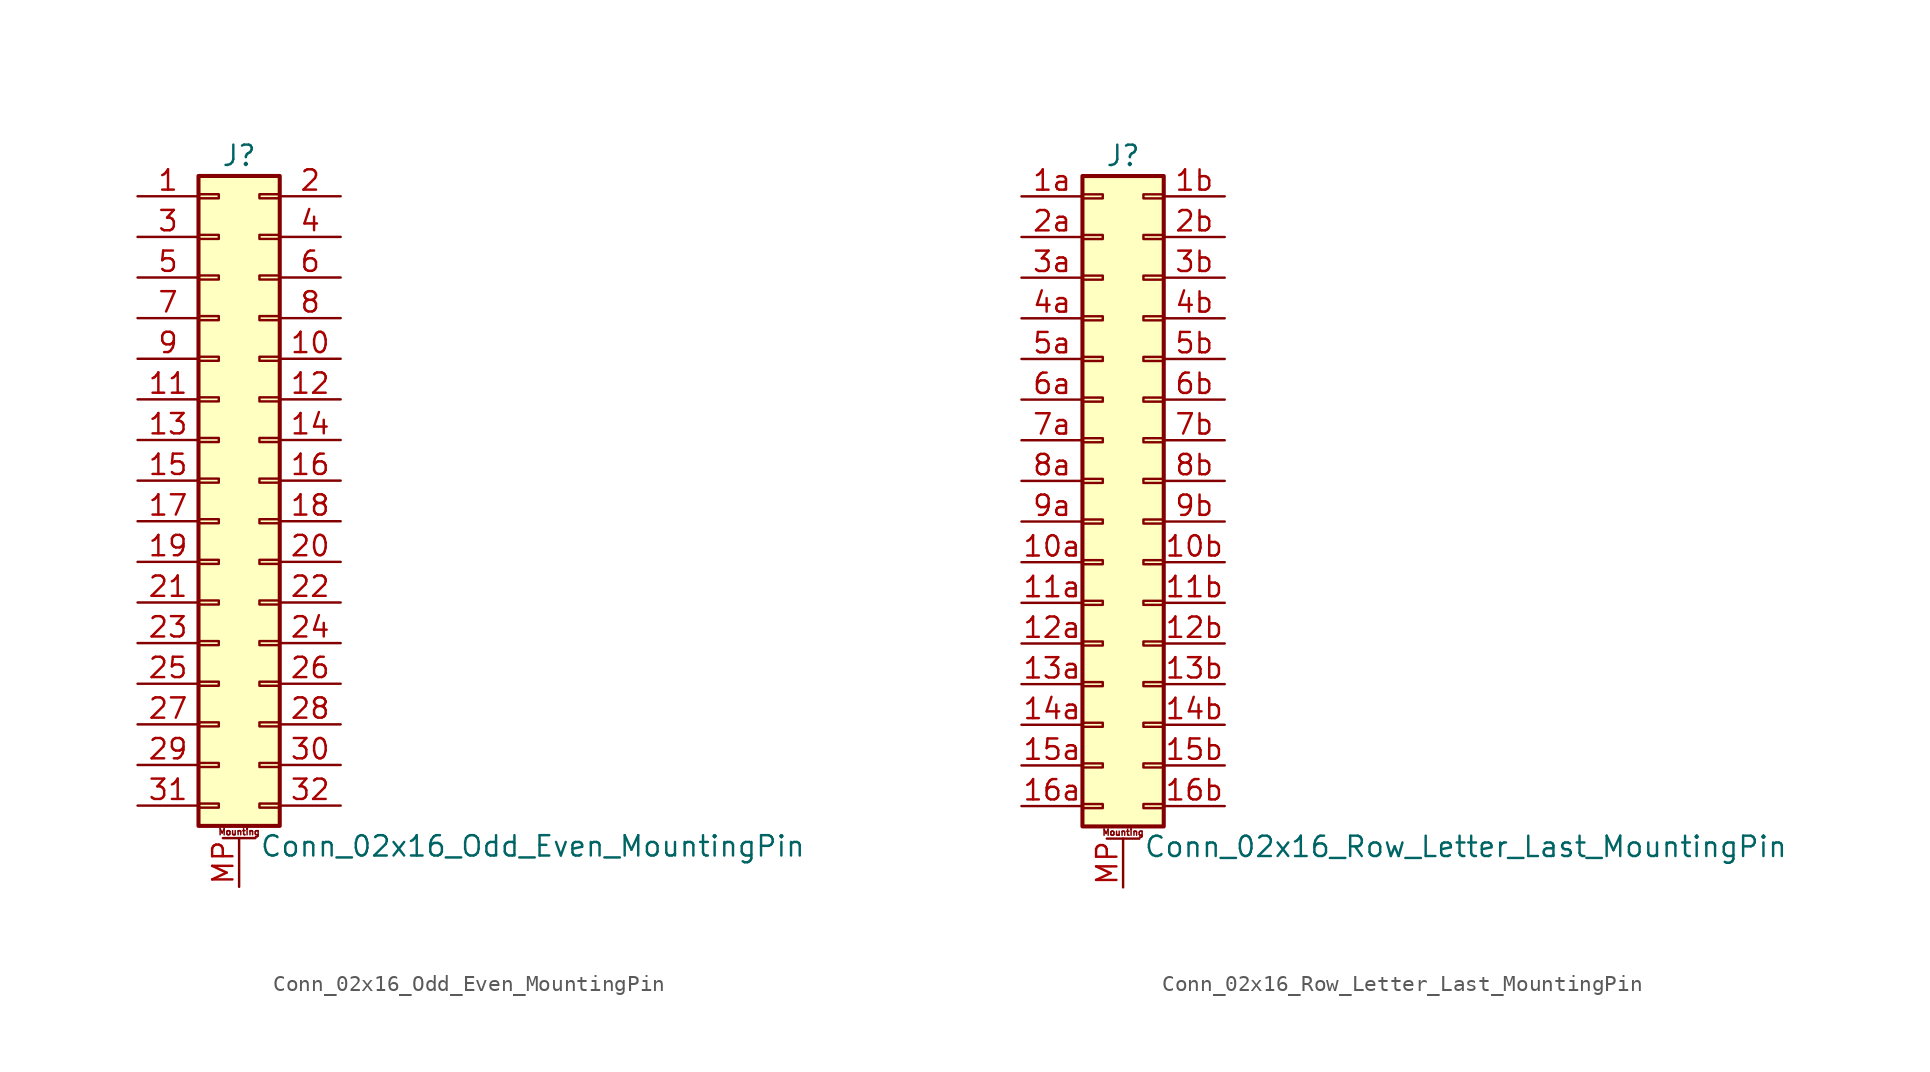
<source format=kicad_sym>
(kicad_symbol_lib
  (version 20220914)
  (generator kicad_symbol_editor)
  (symbol "Conn_02x16_Odd_Even_MountingPin"
    (pin_names
      (offset 1.016) hide)
    (property "Reference" "J"
      (at 1.27 20.32 0)
      (effects (font (size 1.27 1.27))))
    (property "Value" "Conn_02x16_Odd_Even_MountingPin"
      (at 2.54 -22.86 0)
      (effects (font (size 1.27 1.27)) (justify left)))
    (symbol "Conn_02x16_Odd_Even_MountingPin_1_1"
      (rectangle (start -1.27 -20.193) (end 0 -20.447) (stroke (width 0.152) (type default)) (fill (type none)))
      (rectangle (start -1.27 -17.653) (end 0 -17.907) (stroke (width 0.152) (type default)) (fill (type none)))
      (rectangle (start -1.27 -15.113) (end 0 -15.367) (stroke (width 0.152) (type default)) (fill (type none)))
      (rectangle (start -1.27 -12.573) (end 0 -12.827) (stroke (width 0.152) (type default)) (fill (type none)))
      (rectangle (start -1.27 -10.033) (end 0 -10.287) (stroke (width 0.152) (type default)) (fill (type none)))
      (rectangle (start -1.27 -7.493) (end 0 -7.747) (stroke (width 0.152) (type default)) (fill (type none)))
      (rectangle (start -1.27 -4.953) (end 0 -5.207) (stroke (width 0.152) (type default)) (fill (type none)))
      (rectangle (start -1.27 -2.413) (end 0 -2.667) (stroke (width 0.152) (type default)) (fill (type none)))
      (rectangle (start -1.27 0.127) (end 0 -0.127) (stroke (width 0.152) (type default)) (fill (type none)))
      (rectangle (start -1.27 2.667) (end 0 2.413) (stroke (width 0.152) (type default)) (fill (type none)))
      (rectangle (start -1.27 5.207) (end 0 4.953) (stroke (width 0.152) (type default)) (fill (type none)))
      (rectangle (start -1.27 7.747) (end 0 7.493) (stroke (width 0.152) (type default)) (fill (type none)))
      (rectangle (start -1.27 10.287) (end 0 10.033) (stroke (width 0.152) (type default)) (fill (type none)))
      (rectangle (start -1.27 12.827) (end 0 12.573) (stroke (width 0.152) (type default)) (fill (type none)))
      (rectangle (start -1.27 15.367) (end 0 15.113) (stroke (width 0.152) (type default)) (fill (type none)))
      (rectangle (start -1.27 17.907) (end 0 17.653) (stroke (width 0.152) (type default)) (fill (type none)))
      (rectangle (start -1.27 19.05) (end 3.81 -21.59) (stroke (width 0.254) (type default)) (fill (type background)))
      (polyline (pts (xy 0.254 -22.352) (xy 2.286 -22.352)) (stroke (width 0.152) (type default)) (fill (type none)))
      (rectangle (start 3.81 -20.193) (end 2.54 -20.447) (stroke (width 0.152) (type default)) (fill (type none)))
      (rectangle (start 3.81 -17.653) (end 2.54 -17.907) (stroke (width 0.152) (type default)) (fill (type none)))
      (rectangle (start 3.81 -15.113) (end 2.54 -15.367) (stroke (width 0.152) (type default)) (fill (type none)))
      (rectangle (start 3.81 -12.573) (end 2.54 -12.827) (stroke (width 0.152) (type default)) (fill (type none)))
      (rectangle (start 3.81 -10.033) (end 2.54 -10.287) (stroke (width 0.152) (type default)) (fill (type none)))
      (rectangle (start 3.81 -7.493) (end 2.54 -7.747) (stroke (width 0.152) (type default)) (fill (type none)))
      (rectangle (start 3.81 -4.953) (end 2.54 -5.207) (stroke (width 0.152) (type default)) (fill (type none)))
      (rectangle (start 3.81 -2.413) (end 2.54 -2.667) (stroke (width 0.152) (type default)) (fill (type none)))
      (rectangle (start 3.81 0.127) (end 2.54 -0.127) (stroke (width 0.152) (type default)) (fill (type none)))
      (rectangle (start 3.81 2.667) (end 2.54 2.413) (stroke (width 0.152) (type default)) (fill (type none)))
      (rectangle (start 3.81 5.207) (end 2.54 4.953) (stroke (width 0.152) (type default)) (fill (type none)))
      (rectangle (start 3.81 7.747) (end 2.54 7.493) (stroke (width 0.152) (type default)) (fill (type none)))
      (rectangle (start 3.81 10.287) (end 2.54 10.033) (stroke (width 0.152) (type default)) (fill (type none)))
      (rectangle (start 3.81 12.827) (end 2.54 12.573) (stroke (width 0.152) (type default)) (fill (type none)))
      (rectangle (start 3.81 15.367) (end 2.54 15.113) (stroke (width 0.152) (type default)) (fill (type none)))
      (rectangle (start 3.81 17.907) (end 2.54 17.653) (stroke (width 0.152) (type default)) (fill (type none)))
      (text "Mounting" (at 1.27 -21.971 0) (effects (font (size 0.381 0.381))))
      (pin passive line (at -5.08 17.78 0) (length 3.81) (name "Pin_1" (effects (font (size 1.27 1.27)))) (number "1" (effects (font (size 1.27 1.27)))))
      (pin passive line (at 7.62 7.62 180) (length 3.81) (name "Pin_10" (effects (font (size 1.27 1.27)))) (number "10" (effects (font (size 1.27 1.27)))))
      (pin passive line (at -5.08 5.08 0) (length 3.81) (name "Pin_11" (effects (font (size 1.27 1.27)))) (number "11" (effects (font (size 1.27 1.27)))))
      (pin passive line (at 7.62 5.08 180) (length 3.81) (name "Pin_12" (effects (font (size 1.27 1.27)))) (number "12" (effects (font (size 1.27 1.27)))))
      (pin passive line (at -5.08 2.54 0) (length 3.81) (name "Pin_13" (effects (font (size 1.27 1.27)))) (number "13" (effects (font (size 1.27 1.27)))))
      (pin passive line (at 7.62 2.54 180) (length 3.81) (name "Pin_14" (effects (font (size 1.27 1.27)))) (number "14" (effects (font (size 1.27 1.27)))))
      (pin passive line (at -5.08 0 0) (length 3.81) (name "Pin_15" (effects (font (size 1.27 1.27)))) (number "15" (effects (font (size 1.27 1.27)))))
      (pin passive line (at 7.62 0 180) (length 3.81) (name "Pin_16" (effects (font (size 1.27 1.27)))) (number "16" (effects (font (size 1.27 1.27)))))
      (pin passive line (at -5.08 -2.54 0) (length 3.81) (name "Pin_17" (effects (font (size 1.27 1.27)))) (number "17" (effects (font (size 1.27 1.27)))))
      (pin passive line (at 7.62 -2.54 180) (length 3.81) (name "Pin_18" (effects (font (size 1.27 1.27)))) (number "18" (effects (font (size 1.27 1.27)))))
      (pin passive line (at -5.08 -5.08 0) (length 3.81) (name "Pin_19" (effects (font (size 1.27 1.27)))) (number "19" (effects (font (size 1.27 1.27)))))
      (pin passive line (at 7.62 17.78 180) (length 3.81) (name "Pin_2" (effects (font (size 1.27 1.27)))) (number "2" (effects (font (size 1.27 1.27)))))
      (pin passive line (at 7.62 -5.08 180) (length 3.81) (name "Pin_20" (effects (font (size 1.27 1.27)))) (number "20" (effects (font (size 1.27 1.27)))))
      (pin passive line (at -5.08 -7.62 0) (length 3.81) (name "Pin_21" (effects (font (size 1.27 1.27)))) (number "21" (effects (font (size 1.27 1.27)))))
      (pin passive line (at 7.62 -7.62 180) (length 3.81) (name "Pin_22" (effects (font (size 1.27 1.27)))) (number "22" (effects (font (size 1.27 1.27)))))
      (pin passive line (at -5.08 -10.16 0) (length 3.81) (name "Pin_23" (effects (font (size 1.27 1.27)))) (number "23" (effects (font (size 1.27 1.27)))))
      (pin passive line (at 7.62 -10.16 180) (length 3.81) (name "Pin_24" (effects (font (size 1.27 1.27)))) (number "24" (effects (font (size 1.27 1.27)))))
      (pin passive line (at -5.08 -12.7 0) (length 3.81) (name "Pin_25" (effects (font (size 1.27 1.27)))) (number "25" (effects (font (size 1.27 1.27)))))
      (pin passive line (at 7.62 -12.7 180) (length 3.81) (name "Pin_26" (effects (font (size 1.27 1.27)))) (number "26" (effects (font (size 1.27 1.27)))))
      (pin passive line (at -5.08 -15.24 0) (length 3.81) (name "Pin_27" (effects (font (size 1.27 1.27)))) (number "27" (effects (font (size 1.27 1.27)))))
      (pin passive line (at 7.62 -15.24 180) (length 3.81) (name "Pin_28" (effects (font (size 1.27 1.27)))) (number "28" (effects (font (size 1.27 1.27)))))
      (pin passive line (at -5.08 -17.78 0) (length 3.81) (name "Pin_29" (effects (font (size 1.27 1.27)))) (number "29" (effects (font (size 1.27 1.27)))))
      (pin passive line (at -5.08 15.24 0) (length 3.81) (name "Pin_3" (effects (font (size 1.27 1.27)))) (number "3" (effects (font (size 1.27 1.27)))))
      (pin passive line (at 7.62 -17.78 180) (length 3.81) (name "Pin_30" (effects (font (size 1.27 1.27)))) (number "30" (effects (font (size 1.27 1.27)))))
      (pin passive line (at -5.08 -20.32 0) (length 3.81) (name "Pin_31" (effects (font (size 1.27 1.27)))) (number "31" (effects (font (size 1.27 1.27)))))
      (pin passive line (at 7.62 -20.32 180) (length 3.81) (name "Pin_32" (effects (font (size 1.27 1.27)))) (number "32" (effects (font (size 1.27 1.27)))))
      (pin passive line (at 7.62 15.24 180) (length 3.81) (name "Pin_4" (effects (font (size 1.27 1.27)))) (number "4" (effects (font (size 1.27 1.27)))))
      (pin passive line (at -5.08 12.7 0) (length 3.81) (name "Pin_5" (effects (font (size 1.27 1.27)))) (number "5" (effects (font (size 1.27 1.27)))))
      (pin passive line (at 7.62 12.7 180) (length 3.81) (name "Pin_6" (effects (font (size 1.27 1.27)))) (number "6" (effects (font (size 1.27 1.27)))))
      (pin passive line (at -5.08 10.16 0) (length 3.81) (name "Pin_7" (effects (font (size 1.27 1.27)))) (number "7" (effects (font (size 1.27 1.27)))))
      (pin passive line (at 7.62 10.16 180) (length 3.81) (name "Pin_8" (effects (font (size 1.27 1.27)))) (number "8" (effects (font (size 1.27 1.27)))))
      (pin passive line (at -5.08 7.62 0) (length 3.81) (name "Pin_9" (effects (font (size 1.27 1.27)))) (number "9" (effects (font (size 1.27 1.27)))))
      (pin passive line (at 1.27 -25.4 90) (length 3.048) (name "MountPin" (effects (font (size 1.27 1.27)))) (number "MP" (effects (font (size 1.27 1.27)))))))
  (symbol "Conn_02x16_Row_Letter_Last_MountingPin"
    (pin_names
      (offset 1.016) hide)
    (property "Reference" "J"
      (at 1.27 20.32 0)
      (effects (font (size 1.27 1.27))))
    (property "Value" "Conn_02x16_Row_Letter_Last_MountingPin"
      (at 2.54 -22.86 0)
      (effects (font (size 1.27 1.27)) (justify left)))
    (symbol "Conn_02x16_Row_Letter_Last_MountingPin_1_1"
      (rectangle (start -1.27 -20.193) (end 0 -20.447) (stroke (width 0.152) (type default)) (fill (type none)))
      (rectangle (start -1.27 -17.653) (end 0 -17.907) (stroke (width 0.152) (type default)) (fill (type none)))
      (rectangle (start -1.27 -15.113) (end 0 -15.367) (stroke (width 0.152) (type default)) (fill (type none)))
      (rectangle (start -1.27 -12.573) (end 0 -12.827) (stroke (width 0.152) (type default)) (fill (type none)))
      (rectangle (start -1.27 -10.033) (end 0 -10.287) (stroke (width 0.152) (type default)) (fill (type none)))
      (rectangle (start -1.27 -7.493) (end 0 -7.747) (stroke (width 0.152) (type default)) (fill (type none)))
      (rectangle (start -1.27 -4.953) (end 0 -5.207) (stroke (width 0.152) (type default)) (fill (type none)))
      (rectangle (start -1.27 -2.413) (end 0 -2.667) (stroke (width 0.152) (type default)) (fill (type none)))
      (rectangle (start -1.27 0.127) (end 0 -0.127) (stroke (width 0.152) (type default)) (fill (type none)))
      (rectangle (start -1.27 2.667) (end 0 2.413) (stroke (width 0.152) (type default)) (fill (type none)))
      (rectangle (start -1.27 5.207) (end 0 4.953) (stroke (width 0.152) (type default)) (fill (type none)))
      (rectangle (start -1.27 7.747) (end 0 7.493) (stroke (width 0.152) (type default)) (fill (type none)))
      (rectangle (start -1.27 10.287) (end 0 10.033) (stroke (width 0.152) (type default)) (fill (type none)))
      (rectangle (start -1.27 12.827) (end 0 12.573) (stroke (width 0.152) (type default)) (fill (type none)))
      (rectangle (start -1.27 15.367) (end 0 15.113) (stroke (width 0.152) (type default)) (fill (type none)))
      (rectangle (start -1.27 17.907) (end 0 17.653) (stroke (width 0.152) (type default)) (fill (type none)))
      (rectangle (start -1.27 19.05) (end 3.81 -21.59) (stroke (width 0.254) (type default)) (fill (type background)))
      (polyline (pts (xy 0.254 -22.352) (xy 2.286 -22.352)) (stroke (width 0.152) (type default)) (fill (type none)))
      (rectangle (start 3.81 -20.193) (end 2.54 -20.447) (stroke (width 0.152) (type default)) (fill (type none)))
      (rectangle (start 3.81 -17.653) (end 2.54 -17.907) (stroke (width 0.152) (type default)) (fill (type none)))
      (rectangle (start 3.81 -15.113) (end 2.54 -15.367) (stroke (width 0.152) (type default)) (fill (type none)))
      (rectangle (start 3.81 -12.573) (end 2.54 -12.827) (stroke (width 0.152) (type default)) (fill (type none)))
      (rectangle (start 3.81 -10.033) (end 2.54 -10.287) (stroke (width 0.152) (type default)) (fill (type none)))
      (rectangle (start 3.81 -7.493) (end 2.54 -7.747) (stroke (width 0.152) (type default)) (fill (type none)))
      (rectangle (start 3.81 -4.953) (end 2.54 -5.207) (stroke (width 0.152) (type default)) (fill (type none)))
      (rectangle (start 3.81 -2.413) (end 2.54 -2.667) (stroke (width 0.152) (type default)) (fill (type none)))
      (rectangle (start 3.81 0.127) (end 2.54 -0.127) (stroke (width 0.152) (type default)) (fill (type none)))
      (rectangle (start 3.81 2.667) (end 2.54 2.413) (stroke (width 0.152) (type default)) (fill (type none)))
      (rectangle (start 3.81 5.207) (end 2.54 4.953) (stroke (width 0.152) (type default)) (fill (type none)))
      (rectangle (start 3.81 7.747) (end 2.54 7.493) (stroke (width 0.152) (type default)) (fill (type none)))
      (rectangle (start 3.81 10.287) (end 2.54 10.033) (stroke (width 0.152) (type default)) (fill (type none)))
      (rectangle (start 3.81 12.827) (end 2.54 12.573) (stroke (width 0.152) (type default)) (fill (type none)))
      (rectangle (start 3.81 15.367) (end 2.54 15.113) (stroke (width 0.152) (type default)) (fill (type none)))
      (rectangle (start 3.81 17.907) (end 2.54 17.653) (stroke (width 0.152) (type default)) (fill (type none)))
      (text "Mounting" (at 1.27 -21.971 0) (effects (font (size 0.381 0.381))))
      (pin passive line (at -5.08 -5.08 0) (length 3.81) (name "Pin_10a" (effects (font (size 1.27 1.27)))) (number "10a" (effects (font (size 1.27 1.27)))))
      (pin passive line (at 7.62 -5.08 180) (length 3.81) (name "Pin_10b" (effects (font (size 1.27 1.27)))) (number "10b" (effects (font (size 1.27 1.27)))))
      (pin passive line (at -5.08 -7.62 0) (length 3.81) (name "Pin_11a" (effects (font (size 1.27 1.27)))) (number "11a" (effects (font (size 1.27 1.27)))))
      (pin passive line (at 7.62 -7.62 180) (length 3.81) (name "Pin_11b" (effects (font (size 1.27 1.27)))) (number "11b" (effects (font (size 1.27 1.27)))))
      (pin passive line (at -5.08 -10.16 0) (length 3.81) (name "Pin_12a" (effects (font (size 1.27 1.27)))) (number "12a" (effects (font (size 1.27 1.27)))))
      (pin passive line (at 7.62 -10.16 180) (length 3.81) (name "Pin_12b" (effects (font (size 1.27 1.27)))) (number "12b" (effects (font (size 1.27 1.27)))))
      (pin passive line (at -5.08 -12.7 0) (length 3.81) (name "Pin_13a" (effects (font (size 1.27 1.27)))) (number "13a" (effects (font (size 1.27 1.27)))))
      (pin passive line (at 7.62 -12.7 180) (length 3.81) (name "Pin_13b" (effects (font (size 1.27 1.27)))) (number "13b" (effects (font (size 1.27 1.27)))))
      (pin passive line (at -5.08 -15.24 0) (length 3.81) (name "Pin_14a" (effects (font (size 1.27 1.27)))) (number "14a" (effects (font (size 1.27 1.27)))))
      (pin passive line (at 7.62 -15.24 180) (length 3.81) (name "Pin_14b" (effects (font (size 1.27 1.27)))) (number "14b" (effects (font (size 1.27 1.27)))))
      (pin passive line (at -5.08 -17.78 0) (length 3.81) (name "Pin_15a" (effects (font (size 1.27 1.27)))) (number "15a" (effects (font (size 1.27 1.27)))))
      (pin passive line (at 7.62 -17.78 180) (length 3.81) (name "Pin_15b" (effects (font (size 1.27 1.27)))) (number "15b" (effects (font (size 1.27 1.27)))))
      (pin passive line (at -5.08 -20.32 0) (length 3.81) (name "Pin_16a" (effects (font (size 1.27 1.27)))) (number "16a" (effects (font (size 1.27 1.27)))))
      (pin passive line (at 7.62 -20.32 180) (length 3.81) (name "Pin_16b" (effects (font (size 1.27 1.27)))) (number "16b" (effects (font (size 1.27 1.27)))))
      (pin passive line (at -5.08 17.78 0) (length 3.81) (name "Pin_1a" (effects (font (size 1.27 1.27)))) (number "1a" (effects (font (size 1.27 1.27)))))
      (pin passive line (at 7.62 17.78 180) (length 3.81) (name "Pin_1b" (effects (font (size 1.27 1.27)))) (number "1b" (effects (font (size 1.27 1.27)))))
      (pin passive line (at -5.08 15.24 0) (length 3.81) (name "Pin_2a" (effects (font (size 1.27 1.27)))) (number "2a" (effects (font (size 1.27 1.27)))))
      (pin passive line (at 7.62 15.24 180) (length 3.81) (name "Pin_2b" (effects (font (size 1.27 1.27)))) (number "2b" (effects (font (size 1.27 1.27)))))
      (pin passive line (at -5.08 12.7 0) (length 3.81) (name "Pin_3a" (effects (font (size 1.27 1.27)))) (number "3a" (effects (font (size 1.27 1.27)))))
      (pin passive line (at 7.62 12.7 180) (length 3.81) (name "Pin_3b" (effects (font (size 1.27 1.27)))) (number "3b" (effects (font (size 1.27 1.27)))))
      (pin passive line (at -5.08 10.16 0) (length 3.81) (name "Pin_4a" (effects (font (size 1.27 1.27)))) (number "4a" (effects (font (size 1.27 1.27)))))
      (pin passive line (at 7.62 10.16 180) (length 3.81) (name "Pin_4b" (effects (font (size 1.27 1.27)))) (number "4b" (effects (font (size 1.27 1.27)))))
      (pin passive line (at -5.08 7.62 0) (length 3.81) (name "Pin_5a" (effects (font (size 1.27 1.27)))) (number "5a" (effects (font (size 1.27 1.27)))))
      (pin passive line (at 7.62 7.62 180) (length 3.81) (name "Pin_5b" (effects (font (size 1.27 1.27)))) (number "5b" (effects (font (size 1.27 1.27)))))
      (pin passive line (at -5.08 5.08 0) (length 3.81) (name "Pin_6a" (effects (font (size 1.27 1.27)))) (number "6a" (effects (font (size 1.27 1.27)))))
      (pin passive line (at 7.62 5.08 180) (length 3.81) (name "Pin_6b" (effects (font (size 1.27 1.27)))) (number "6b" (effects (font (size 1.27 1.27)))))
      (pin passive line (at -5.08 2.54 0) (length 3.81) (name "Pin_7a" (effects (font (size 1.27 1.27)))) (number "7a" (effects (font (size 1.27 1.27)))))
      (pin passive line (at 7.62 2.54 180) (length 3.81) (name "Pin_7b" (effects (font (size 1.27 1.27)))) (number "7b" (effects (font (size 1.27 1.27)))))
      (pin passive line (at -5.08 0 0) (length 3.81) (name "Pin_8a" (effects (font (size 1.27 1.27)))) (number "8a" (effects (font (size 1.27 1.27)))))
      (pin passive line (at 7.62 0 180) (length 3.81) (name "Pin_8b" (effects (font (size 1.27 1.27)))) (number "8b" (effects (font (size 1.27 1.27)))))
      (pin passive line (at -5.08 -2.54 0) (length 3.81) (name "Pin_9a" (effects (font (size 1.27 1.27)))) (number "9a" (effects (font (size 1.27 1.27)))))
      (pin passive line (at 7.62 -2.54 180) (length 3.81) (name "Pin_9b" (effects (font (size 1.27 1.27)))) (number "9b" (effects (font (size 1.27 1.27)))))
      (pin passive line (at 1.27 -25.4 90) (length 3.048) (name "MountPin" (effects (font (size 1.27 1.27)))) (number "MP" (effects (font (size 1.27 1.27))))))))
</source>
